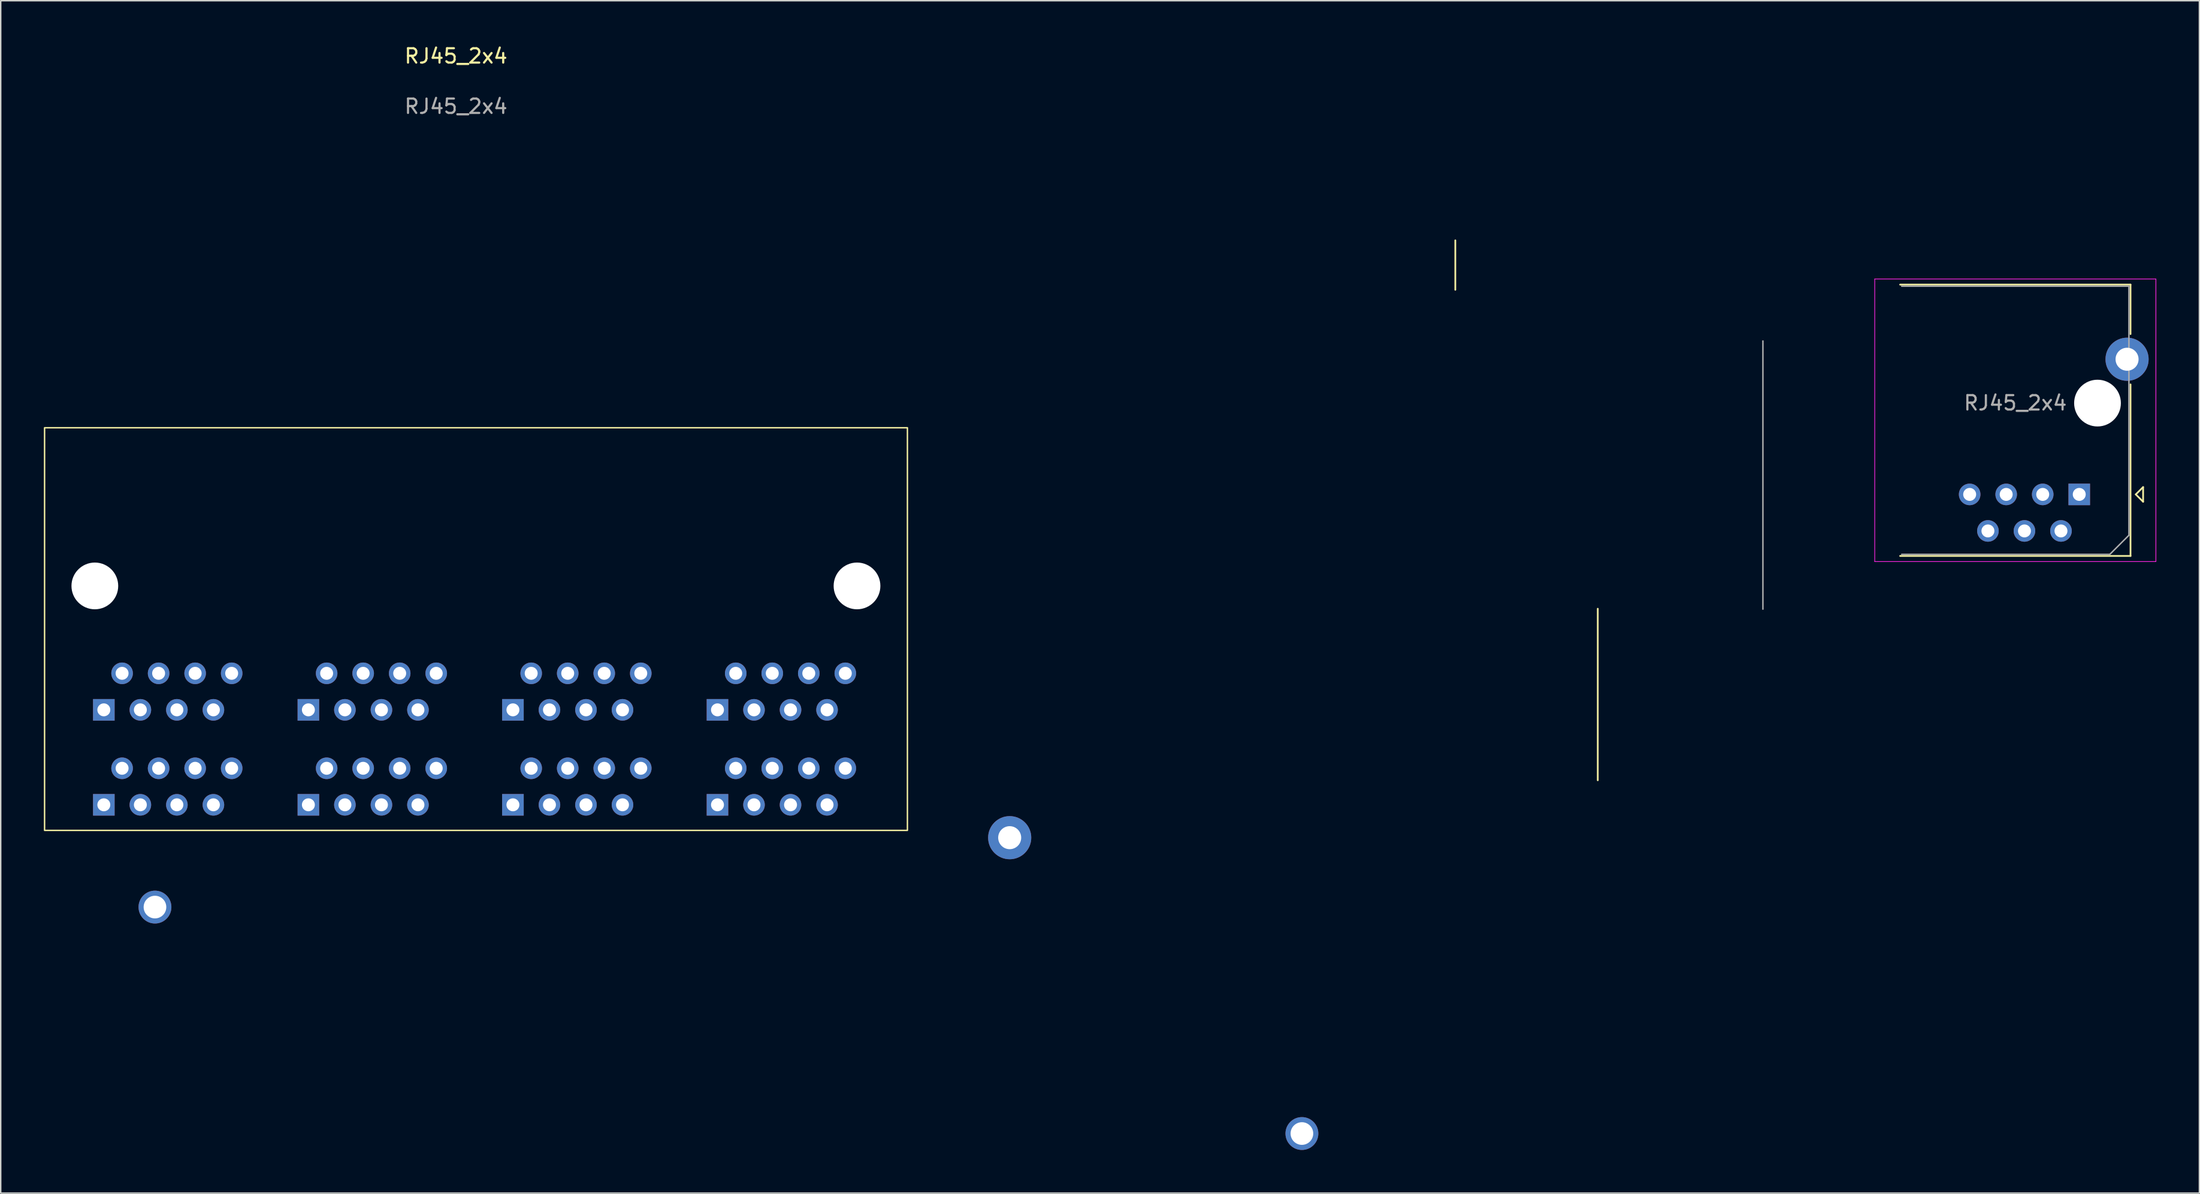
<source format=kicad_pcb>
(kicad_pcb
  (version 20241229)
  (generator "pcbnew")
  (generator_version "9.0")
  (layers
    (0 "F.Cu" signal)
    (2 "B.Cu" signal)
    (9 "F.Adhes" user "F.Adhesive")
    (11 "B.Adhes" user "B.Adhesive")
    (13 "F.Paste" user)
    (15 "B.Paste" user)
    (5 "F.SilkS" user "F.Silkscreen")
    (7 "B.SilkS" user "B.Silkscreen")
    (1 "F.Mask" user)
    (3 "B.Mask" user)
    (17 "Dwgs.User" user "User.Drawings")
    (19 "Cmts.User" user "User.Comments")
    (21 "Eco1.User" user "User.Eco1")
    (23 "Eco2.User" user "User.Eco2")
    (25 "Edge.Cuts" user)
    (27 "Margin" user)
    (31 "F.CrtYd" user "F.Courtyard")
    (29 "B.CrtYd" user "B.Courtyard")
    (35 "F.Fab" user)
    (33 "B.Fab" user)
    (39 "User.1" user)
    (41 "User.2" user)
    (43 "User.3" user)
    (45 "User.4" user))
  (footprint "RJ45_2x4"
    (layer "F.Cu")
    (at 30.078 48.346)
    (property "Reference" "RJ45_2x4" (at -1.422 -47.498 0) (layer "F.SilkS") (effects (font (size 1 1) (thickness 0.15))))
    (attr through_hole)
    (fp_line (start 68.072 -31.242) (end 68.072 -34.682) (stroke (width 0.12) (type solid)) (layer "F.SilkS"))
    (fp_line (start 77.978 2.866) (end 77.978 -9.064) (stroke (width 0.12) (type solid)) (layer "F.SilkS"))
    (fp_line (start 99.004 -31.604) (end 115.024 -31.604) (stroke (width 0.12) (type solid)) (layer "F.SilkS"))
    (fp_line (start 99.004 -12.734) (end 115.024 -12.734) (stroke (width 0.12) (type solid)) (layer "F.SilkS"))
    (fp_line (start 115.024 -28.164) (end 115.024 -31.604) (stroke (width 0.12) (type solid)) (layer "F.SilkS"))
    (fp_line (start 115.024 -12.734) (end 115.024 -24.664) (stroke (width 0.12) (type solid)) (layer "F.SilkS"))
    (fp_line (start 115.392 -17.014) (end 115.9 -16.506) (stroke (width 0.12) (type solid)) (layer "F.SilkS"))
    (fp_line (start 115.9 -17.522) (end 115.392 -17.014) (stroke (width 0.12) (type solid)) (layer "F.SilkS"))
    (fp_line (start 115.9 -16.506) (end 115.9 -17.522) (stroke (width 0.12) (type solid)) (layer "F.SilkS"))
    (fp_rect (start -30.028 -21.65) (end 29.972 6.35) (stroke (width 0.1) (type default)) (fill no) (layer "F.SilkS"))
    (fp_line (start 97.239 -31.994) (end 116.789 -31.994) (stroke (width 0.05) (type solid)) (layer "F.CrtYd"))
    (fp_line (start 97.239 -12.344) (end 97.239 -31.994) (stroke (width 0.05) (type solid)) (layer "F.CrtYd"))
    (fp_line (start 116.789 -31.994) (end 116.789 -12.344) (stroke (width 0.05) (type solid)) (layer "F.CrtYd"))
    (fp_line (start 116.789 -12.344) (end 97.239 -12.344) (stroke (width 0.05) (type solid)) (layer "F.CrtYd"))
    (fp_line (start 89.462 -27.684) (end 89.462 -9.034) (stroke (width 0.1) (type solid)) (layer "F.Fab"))
    (fp_line (start 99.114 -31.494) (end 114.914 -31.494) (stroke (width 0.1) (type solid)) (layer "F.Fab"))
    (fp_line (start 99.114 -12.844) (end 113.584 -12.844) (stroke (width 0.1) (type solid)) (layer "F.Fab"))
    (fp_line (start 114.914 -14.174) (end 113.584 -12.844) (stroke (width 0.1) (type solid)) (layer "F.Fab"))
    (fp_line (start 114.914 -14.174) (end 114.914 -31.494) (stroke (width 0.1) (type solid)) (layer "F.Fab"))
    (fp_text user "${REFERENCE}" (at 107.014 -23.374 180) (layer "F.Fab") (effects (font (size 1 1) (thickness 0.15))))
    (fp_text user "${REFERENCE}" (at -1.422 -43.998 0) (layer "F.Fab") (effects (font (size 1 1) (thickness 0.15))))
    (pad "" np_thru_hole circle (at -26.533 -10.65) (size 3.25 3.25) (drill 3.25) (layers "*.Cu" "*.Mask"))
    (pad "" np_thru_hole circle (at 26.467 -10.65) (size 3.25 3.25) (drill 3.25) (layers "*.Cu" "*.Mask"))
    (pad "" np_thru_hole circle (at 112.729 -23.364 180) (size 3.25 3.25) (drill 3.25) (layers "*.Cu" "*.Mask"))
    (pad "1" thru_hole rect (at -25.908 -2.032 180) (size 1.5 1.5) (drill 0.9) (layers "*.Cu" "*.Mask"))
    (pad "1" thru_hole rect (at -25.908 4.572 180) (size 1.5 1.5) (drill 0.9) (layers "*.Cu" "*.Mask"))
    (pad "1" thru_hole rect (at -11.684 -2.032 180) (size 1.5 1.5) (drill 0.9) (layers "*.Cu" "*.Mask"))
    (pad "1" thru_hole rect (at -11.684 4.572 180) (size 1.5 1.5) (drill 0.9) (layers "*.Cu" "*.Mask"))
    (pad "1" thru_hole rect (at 2.54 -2.032 180) (size 1.5 1.5) (drill 0.9) (layers "*.Cu" "*.Mask"))
    (pad "1" thru_hole rect (at 2.54 4.572 180) (size 1.5 1.5) (drill 0.9) (layers "*.Cu" "*.Mask"))
    (pad "1" thru_hole rect (at 16.764 -2.032 180) (size 1.5 1.5) (drill 0.9) (layers "*.Cu" "*.Mask"))
    (pad "1" thru_hole rect (at 16.764 4.572 180) (size 1.5 1.5) (drill 0.9) (layers "*.Cu" "*.Mask"))
    (pad "1" thru_hole rect (at 111.459 -17.014) (size 1.5 1.5) (drill 0.9) (layers "*.Cu" "*.Mask"))
    (pad "2" thru_hole circle (at -24.638 -4.572 180) (size 1.5 1.5) (drill 0.9) (layers "*.Cu" "*.Mask"))
    (pad "2" thru_hole circle (at -24.638 2.032 180) (size 1.5 1.5) (drill 0.9) (layers "*.Cu" "*.Mask"))
    (pad "2" thru_hole circle (at -10.414 -4.572 180) (size 1.5 1.5) (drill 0.9) (layers "*.Cu" "*.Mask"))
    (pad "2" thru_hole circle (at -10.414 2.032 180) (size 1.5 1.5) (drill 0.9) (layers "*.Cu" "*.Mask"))
    (pad "2" thru_hole circle (at 3.81 -4.572 180) (size 1.5 1.5) (drill 0.9) (layers "*.Cu" "*.Mask"))
    (pad "2" thru_hole circle (at 3.81 2.032 180) (size 1.5 1.5) (drill 0.9) (layers "*.Cu" "*.Mask"))
    (pad "2" thru_hole circle (at 18.034 -4.572 180) (size 1.5 1.5) (drill 0.9) (layers "*.Cu" "*.Mask"))
    (pad "2" thru_hole circle (at 18.034 2.032 180) (size 1.5 1.5) (drill 0.9) (layers "*.Cu" "*.Mask"))
    (pad "2" thru_hole circle (at 110.189 -14.474) (size 1.5 1.5) (drill 0.9) (layers "*.Cu" "*.Mask"))
    (pad "3" thru_hole circle (at -23.368 -2.032 180) (size 1.5 1.5) (drill 0.9) (layers "*.Cu" "*.Mask"))
    (pad "3" thru_hole circle (at -23.368 4.572 180) (size 1.5 1.5) (drill 0.9) (layers "*.Cu" "*.Mask"))
    (pad "3" thru_hole circle (at -9.144 -2.032 180) (size 1.5 1.5) (drill 0.9) (layers "*.Cu" "*.Mask"))
    (pad "3" thru_hole circle (at -9.144 4.572 180) (size 1.5 1.5) (drill 0.9) (layers "*.Cu" "*.Mask"))
    (pad "3" thru_hole circle (at 5.08 -2.032 180) (size 1.5 1.5) (drill 0.9) (layers "*.Cu" "*.Mask"))
    (pad "3" thru_hole circle (at 5.08 4.572 180) (size 1.5 1.5) (drill 0.9) (layers "*.Cu" "*.Mask"))
    (pad "3" thru_hole circle (at 19.304 -2.032 180) (size 1.5 1.5) (drill 0.9) (layers "*.Cu" "*.Mask"))
    (pad "3" thru_hole circle (at 19.304 4.572 180) (size 1.5 1.5) (drill 0.9) (layers "*.Cu" "*.Mask"))
    (pad "3" thru_hole circle (at 108.919 -17.014) (size 1.5 1.5) (drill 0.9) (layers "*.Cu" "*.Mask"))
    (pad "4" thru_hole circle (at -22.098 -4.572 180) (size 1.5 1.5) (drill 0.9) (layers "*.Cu" "*.Mask"))
    (pad "4" thru_hole circle (at -22.098 2.032 180) (size 1.5 1.5) (drill 0.9) (layers "*.Cu" "*.Mask"))
    (pad "4" thru_hole circle (at -7.874 -4.572 180) (size 1.5 1.5) (drill 0.9) (layers "*.Cu" "*.Mask"))
    (pad "4" thru_hole circle (at -7.874 2.032 180) (size 1.5 1.5) (drill 0.9) (layers "*.Cu" "*.Mask"))
    (pad "4" thru_hole circle (at 6.35 -4.572 180) (size 1.5 1.5) (drill 0.9) (layers "*.Cu" "*.Mask"))
    (pad "4" thru_hole circle (at 6.35 2.032 180) (size 1.5 1.5) (drill 0.9) (layers "*.Cu" "*.Mask"))
    (pad "4" thru_hole circle (at 20.574 -4.572 180) (size 1.5 1.5) (drill 0.9) (layers "*.Cu" "*.Mask"))
    (pad "4" thru_hole circle (at 20.574 2.032 180) (size 1.5 1.5) (drill 0.9) (layers "*.Cu" "*.Mask"))
    (pad "4" thru_hole circle (at 107.649 -14.474) (size 1.5 1.5) (drill 0.9) (layers "*.Cu" "*.Mask"))
    (pad "5" thru_hole circle (at -20.828 -2.032 180) (size 1.5 1.5) (drill 0.9) (layers "*.Cu" "*.Mask"))
    (pad "5" thru_hole circle (at -20.828 4.572 180) (size 1.5 1.5) (drill 0.9) (layers "*.Cu" "*.Mask"))
    (pad "5" thru_hole circle (at -6.604 -2.032 180) (size 1.5 1.5) (drill 0.9) (layers "*.Cu" "*.Mask"))
    (pad "5" thru_hole circle (at -6.604 4.572 180) (size 1.5 1.5) (drill 0.9) (layers "*.Cu" "*.Mask"))
    (pad "5" thru_hole circle (at 7.62 -2.032 180) (size 1.5 1.5) (drill 0.9) (layers "*.Cu" "*.Mask"))
    (pad "5" thru_hole circle (at 7.62 4.572 180) (size 1.5 1.5) (drill 0.9) (layers "*.Cu" "*.Mask"))
    (pad "5" thru_hole circle (at 21.844 -2.032 180) (size 1.5 1.5) (drill 0.9) (layers "*.Cu" "*.Mask"))
    (pad "5" thru_hole circle (at 21.844 4.572 180) (size 1.5 1.5) (drill 0.9) (layers "*.Cu" "*.Mask"))
    (pad "5" thru_hole circle (at 106.379 -17.014) (size 1.5 1.5) (drill 0.9) (layers "*.Cu" "*.Mask"))
    (pad "6" thru_hole circle (at -19.558 -4.572 180) (size 1.5 1.5) (drill 0.9) (layers "*.Cu" "*.Mask"))
    (pad "6" thru_hole circle (at -19.558 2.032 180) (size 1.5 1.5) (drill 0.9) (layers "*.Cu" "*.Mask"))
    (pad "6" thru_hole circle (at -5.334 -4.572 180) (size 1.5 1.5) (drill 0.9) (layers "*.Cu" "*.Mask"))
    (pad "6" thru_hole circle (at -5.334 2.032 180) (size 1.5 1.5) (drill 0.9) (layers "*.Cu" "*.Mask"))
    (pad "6" thru_hole circle (at 8.89 -4.572 180) (size 1.5 1.5) (drill 0.9) (layers "*.Cu" "*.Mask"))
    (pad "6" thru_hole circle (at 8.89 2.032 180) (size 1.5 1.5) (drill 0.9) (layers "*.Cu" "*.Mask"))
    (pad "6" thru_hole circle (at 23.114 -4.572 180) (size 1.5 1.5) (drill 0.9) (layers "*.Cu" "*.Mask"))
    (pad "6" thru_hole circle (at 23.114 2.032 180) (size 1.5 1.5) (drill 0.9) (layers "*.Cu" "*.Mask"))
    (pad "6" thru_hole circle (at 105.109 -14.474) (size 1.5 1.5) (drill 0.9) (layers "*.Cu" "*.Mask"))
    (pad "7" thru_hole circle (at -18.288 -2.032 180) (size 1.5 1.5) (drill 0.9) (layers "*.Cu" "*.Mask"))
    (pad "7" thru_hole circle (at -18.288 4.572 180) (size 1.5 1.5) (drill 0.9) (layers "*.Cu" "*.Mask"))
    (pad "7" thru_hole circle (at -4.064 -2.032 180) (size 1.5 1.5) (drill 0.9) (layers "*.Cu" "*.Mask"))
    (pad "7" thru_hole circle (at -4.064 4.572 180) (size 1.5 1.5) (drill 0.9) (layers "*.Cu" "*.Mask"))
    (pad "7" thru_hole circle (at 10.16 -2.032 180) (size 1.5 1.5) (drill 0.9) (layers "*.Cu" "*.Mask"))
    (pad "7" thru_hole circle (at 10.16 4.572 180) (size 1.5 1.5) (drill 0.9) (layers "*.Cu" "*.Mask"))
    (pad "7" thru_hole circle (at 24.384 -2.032 180) (size 1.5 1.5) (drill 0.9) (layers "*.Cu" "*.Mask"))
    (pad "7" thru_hole circle (at 24.384 4.572 180) (size 1.5 1.5) (drill 0.9) (layers "*.Cu" "*.Mask"))
    (pad "7" thru_hole circle (at 103.839 -17.014) (size 1.5 1.5) (drill 0.9) (layers "*.Cu" "*.Mask"))
    (pad "8" thru_hole circle (at -17.018 -4.572 180) (size 1.5 1.5) (drill 0.9) (layers "*.Cu" "*.Mask"))
    (pad "8" thru_hole circle (at -17.018 2.032 180) (size 1.5 1.5) (drill 0.9) (layers "*.Cu" "*.Mask"))
    (pad "8" thru_hole circle (at -2.794 -4.572 180) (size 1.5 1.5) (drill 0.9) (layers "*.Cu" "*.Mask"))
    (pad "8" thru_hole circle (at -2.794 2.032 180) (size 1.5 1.5) (drill 0.9) (layers "*.Cu" "*.Mask"))
    (pad "8" thru_hole circle (at 11.43 -4.572 180) (size 1.5 1.5) (drill 0.9) (layers "*.Cu" "*.Mask"))
    (pad "8" thru_hole circle (at 11.43 2.032 180) (size 1.5 1.5) (drill 0.9) (layers "*.Cu" "*.Mask"))
    (pad "8" thru_hole circle (at 25.654 -4.572 180) (size 1.5 1.5) (drill 0.9) (layers "*.Cu" "*.Mask"))
    (pad "8" thru_hole circle (at 25.654 2.032 180) (size 1.5 1.5) (drill 0.9) (layers "*.Cu" "*.Mask"))
    (pad "SH" thru_hole circle (at -22.352 11.684) (size 2.286 2.286) (drill 1.575) (layers "*.Cu" "*.Mask"))
    (pad "SH" thru_hole circle (at 37.084 6.858) (size 3 3) (drill 1.6) (layers "*.Cu" "*.Mask"))
    (pad "SH" thru_hole circle (at 57.404 27.432) (size 2.286 2.286) (drill 1.575) (layers "*.Cu" "*.Mask"))
    (pad "SH" thru_hole circle (at 114.784 -26.414 180) (size 3 3) (drill 1.6) (layers "*.Cu" "*.Mask")))
  (gr_rect
    (start -3 -3)
    (end 149.892 79.921)
    (stroke (width 0.1) (type default))
    (fill no)
    (layer "Edge.Cuts")))
</source>
